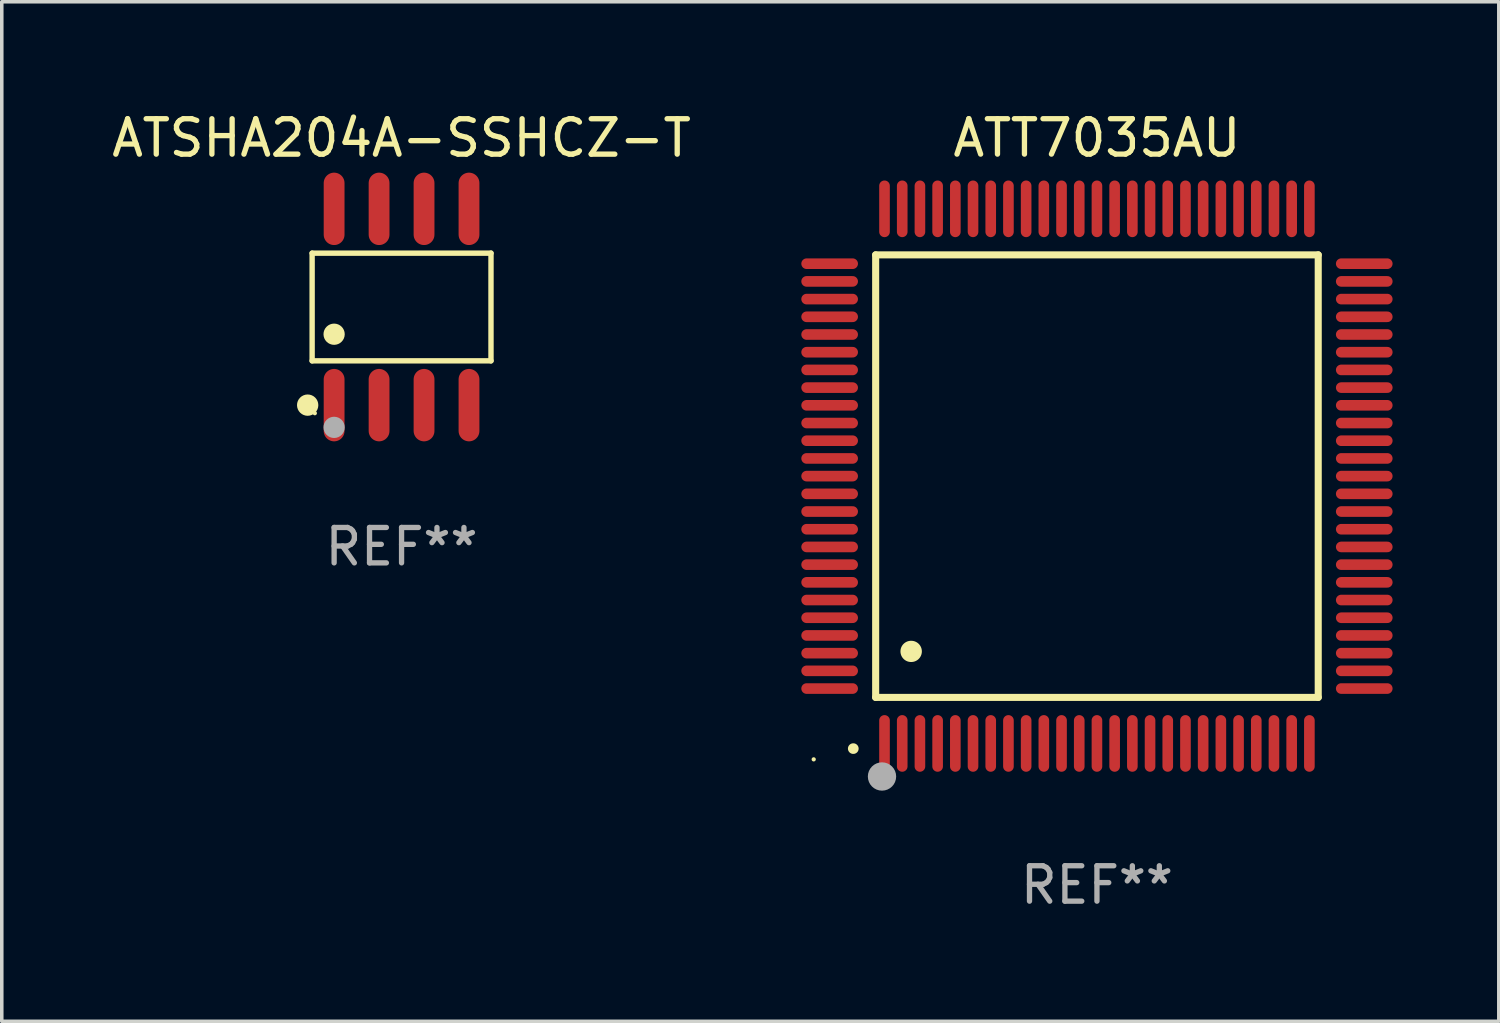
<source format=kicad_pcb>
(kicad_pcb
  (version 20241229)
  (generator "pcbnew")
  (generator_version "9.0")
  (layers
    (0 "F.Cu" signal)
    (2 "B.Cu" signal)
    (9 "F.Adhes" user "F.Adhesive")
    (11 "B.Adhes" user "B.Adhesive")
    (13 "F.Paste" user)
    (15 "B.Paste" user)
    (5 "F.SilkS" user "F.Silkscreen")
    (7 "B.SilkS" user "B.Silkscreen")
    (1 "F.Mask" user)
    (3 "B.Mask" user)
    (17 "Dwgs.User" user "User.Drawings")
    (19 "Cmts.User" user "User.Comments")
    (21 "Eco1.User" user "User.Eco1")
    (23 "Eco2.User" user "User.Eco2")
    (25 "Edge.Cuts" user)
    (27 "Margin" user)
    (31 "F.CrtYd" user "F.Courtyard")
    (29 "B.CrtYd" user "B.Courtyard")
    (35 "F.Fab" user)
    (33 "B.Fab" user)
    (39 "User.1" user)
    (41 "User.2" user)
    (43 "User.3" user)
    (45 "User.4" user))
  (footprint "ATT7035AU"
    (layer "F.Cu")
    (at 27.933 10.398)
    (property "Reference" "ATT7035AU" (at 0 -9.55 0) (layer "F.SilkS") (effects (font (size 1 1) (thickness 0.15))))
    (attr through_hole)
    (fp_line (start -6.25 -6.25) (end -6.25 6.25) (stroke (width 0.2) (type solid)) (layer "F.SilkS"))
    (fp_line (start -6.25 6.25) (end 6.25 6.25) (stroke (width 0.2) (type solid)) (layer "F.SilkS"))
    (fp_line (start 6.25 -6.25) (end -6.25 -6.25) (stroke (width 0.2) (type solid)) (layer "F.SilkS"))
    (fp_line (start 6.25 6.25) (end 6.25 -6.25) (stroke (width 0.2) (type solid)) (layer "F.SilkS"))
    (fp_arc (start -6.883414 7.696215) (mid -6.882144 7.69621) (end -6.880874 7.696215) (stroke (width 0.3) (type solid)) (layer "F.SilkS"))
    (fp_arc (start -5.250191 4.95047) (mid -5.247651 4.950459) (end -5.245111 4.95047) (stroke (width 0.6) (type solid)) (layer "F.SilkS"))
    (fp_circle (center -8 8) (end -7.97 8) (stroke (width 0.06) (type solid)) (fill no) (layer "F.SilkS"))
    (fp_circle (center -6.071 8.484) (end -5.871 8.484) (stroke (width 0.4) (type solid)) (fill no) (layer "F.Fab"))
    (fp_text user "REF**" (at 0 11.55 0) (layer "F.Fab") (effects (font (size 1 1) (thickness 0.15))))
    (pad "1" smd oval (at -6 7.55) (size 0.3 1.6) (layers "F.Cu" "F.Mask" "F.Paste"))
    (pad "2" smd oval (at -5.5 7.55) (size 0.3 1.6) (layers "F.Cu" "F.Mask" "F.Paste"))
    (pad "3" smd oval (at -5 7.55) (size 0.3 1.6) (layers "F.Cu" "F.Mask" "F.Paste"))
    (pad "4" smd oval (at -4.5 7.55) (size 0.3 1.6) (layers "F.Cu" "F.Mask" "F.Paste"))
    (pad "5" smd oval (at -4 7.55) (size 0.3 1.6) (layers "F.Cu" "F.Mask" "F.Paste"))
    (pad "6" smd oval (at -3.5 7.55) (size 0.3 1.6) (layers "F.Cu" "F.Mask" "F.Paste"))
    (pad "7" smd oval (at -3 7.55) (size 0.3 1.6) (layers "F.Cu" "F.Mask" "F.Paste"))
    (pad "8" smd oval (at -2.5 7.55) (size 0.3 1.6) (layers "F.Cu" "F.Mask" "F.Paste"))
    (pad "9" smd oval (at -2 7.55) (size 0.3 1.6) (layers "F.Cu" "F.Mask" "F.Paste"))
    (pad "10" smd oval (at -1.5 7.55) (size 0.3 1.6) (layers "F.Cu" "F.Mask" "F.Paste"))
    (pad "11" smd oval (at -1 7.55) (size 0.3 1.6) (layers "F.Cu" "F.Mask" "F.Paste"))
    (pad "12" smd oval (at -0.5 7.55) (size 0.3 1.6) (layers "F.Cu" "F.Mask" "F.Paste"))
    (pad "13" smd oval (at 0 7.55) (size 0.3 1.6) (layers "F.Cu" "F.Mask" "F.Paste"))
    (pad "14" smd oval (at 0.5 7.55) (size 0.3 1.6) (layers "F.Cu" "F.Mask" "F.Paste"))
    (pad "15" smd oval (at 1 7.55) (size 0.3 1.6) (layers "F.Cu" "F.Mask" "F.Paste"))
    (pad "16" smd oval (at 1.5 7.55) (size 0.3 1.6) (layers "F.Cu" "F.Mask" "F.Paste"))
    (pad "17" smd oval (at 2 7.55) (size 0.3 1.6) (layers "F.Cu" "F.Mask" "F.Paste"))
    (pad "18" smd oval (at 2.5 7.55) (size 0.3 1.6) (layers "F.Cu" "F.Mask" "F.Paste"))
    (pad "19" smd oval (at 3 7.55) (size 0.3 1.6) (layers "F.Cu" "F.Mask" "F.Paste"))
    (pad "20" smd oval (at 3.5 7.55) (size 0.3 1.6) (layers "F.Cu" "F.Mask" "F.Paste"))
    (pad "21" smd oval (at 4 7.55) (size 0.3 1.6) (layers "F.Cu" "F.Mask" "F.Paste"))
    (pad "22" smd oval (at 4.5 7.55) (size 0.3 1.6) (layers "F.Cu" "F.Mask" "F.Paste"))
    (pad "23" smd oval (at 5 7.55) (size 0.3 1.6) (layers "F.Cu" "F.Mask" "F.Paste"))
    (pad "24" smd oval (at 5.5 7.55) (size 0.3 1.6) (layers "F.Cu" "F.Mask" "F.Paste"))
    (pad "25" smd oval (at 6 7.55) (size 0.3 1.6) (layers "F.Cu" "F.Mask" "F.Paste"))
    (pad "26" smd oval (at 7.55 6) (size 1.6 0.3) (layers "F.Cu" "F.Mask" "F.Paste"))
    (pad "27" smd oval (at 7.55 5.5) (size 1.6 0.3) (layers "F.Cu" "F.Mask" "F.Paste"))
    (pad "28" smd oval (at 7.55 5) (size 1.6 0.3) (layers "F.Cu" "F.Mask" "F.Paste"))
    (pad "29" smd oval (at 7.55 4.5) (size 1.6 0.3) (layers "F.Cu" "F.Mask" "F.Paste"))
    (pad "30" smd oval (at 7.55 4) (size 1.6 0.3) (layers "F.Cu" "F.Mask" "F.Paste"))
    (pad "31" smd oval (at 7.55 3.5) (size 1.6 0.3) (layers "F.Cu" "F.Mask" "F.Paste"))
    (pad "32" smd oval (at 7.55 3) (size 1.6 0.3) (layers "F.Cu" "F.Mask" "F.Paste"))
    (pad "33" smd oval (at 7.55 2.5) (size 1.6 0.3) (layers "F.Cu" "F.Mask" "F.Paste"))
    (pad "34" smd oval (at 7.55 2) (size 1.6 0.3) (layers "F.Cu" "F.Mask" "F.Paste"))
    (pad "35" smd oval (at 7.55 1.5) (size 1.6 0.3) (layers "F.Cu" "F.Mask" "F.Paste"))
    (pad "36" smd oval (at 7.55 1) (size 1.6 0.3) (layers "F.Cu" "F.Mask" "F.Paste"))
    (pad "37" smd oval (at 7.55 0.5) (size 1.6 0.3) (layers "F.Cu" "F.Mask" "F.Paste"))
    (pad "38" smd oval (at 7.55 0) (size 1.6 0.3) (layers "F.Cu" "F.Mask" "F.Paste"))
    (pad "39" smd oval (at 7.55 -0.5) (size 1.6 0.3) (layers "F.Cu" "F.Mask" "F.Paste"))
    (pad "40" smd oval (at 7.55 -1) (size 1.6 0.3) (layers "F.Cu" "F.Mask" "F.Paste"))
    (pad "41" smd oval (at 7.55 -1.5) (size 1.6 0.3) (layers "F.Cu" "F.Mask" "F.Paste"))
    (pad "42" smd oval (at 7.55 -2) (size 1.6 0.3) (layers "F.Cu" "F.Mask" "F.Paste"))
    (pad "43" smd oval (at 7.55 -2.5) (size 1.6 0.3) (layers "F.Cu" "F.Mask" "F.Paste"))
    (pad "44" smd oval (at 7.55 -3) (size 1.6 0.3) (layers "F.Cu" "F.Mask" "F.Paste"))
    (pad "45" smd oval (at 7.55 -3.5) (size 1.6 0.3) (layers "F.Cu" "F.Mask" "F.Paste"))
    (pad "46" smd oval (at 7.55 -4) (size 1.6 0.3) (layers "F.Cu" "F.Mask" "F.Paste"))
    (pad "47" smd oval (at 7.55 -4.5) (size 1.6 0.3) (layers "F.Cu" "F.Mask" "F.Paste"))
    (pad "48" smd oval (at 7.55 -5) (size 1.6 0.3) (layers "F.Cu" "F.Mask" "F.Paste"))
    (pad "49" smd oval (at 7.55 -5.5) (size 1.6 0.3) (layers "F.Cu" "F.Mask" "F.Paste"))
    (pad "50" smd oval (at 7.55 -6) (size 1.6 0.3) (layers "F.Cu" "F.Mask" "F.Paste"))
    (pad "51" smd oval (at 6 -7.55) (size 0.3 1.6) (layers "F.Cu" "F.Mask" "F.Paste"))
    (pad "52" smd oval (at 5.5 -7.55) (size 0.3 1.6) (layers "F.Cu" "F.Mask" "F.Paste"))
    (pad "53" smd oval (at 5 -7.55) (size 0.3 1.6) (layers "F.Cu" "F.Mask" "F.Paste"))
    (pad "54" smd oval (at 4.5 -7.55) (size 0.3 1.6) (layers "F.Cu" "F.Mask" "F.Paste"))
    (pad "55" smd oval (at 4 -7.55) (size 0.3 1.6) (layers "F.Cu" "F.Mask" "F.Paste"))
    (pad "56" smd oval (at 3.5 -7.55) (size 0.3 1.6) (layers "F.Cu" "F.Mask" "F.Paste"))
    (pad "57" smd oval (at 3 -7.55) (size 0.3 1.6) (layers "F.Cu" "F.Mask" "F.Paste"))
    (pad "58" smd oval (at 2.5 -7.55) (size 0.3 1.6) (layers "F.Cu" "F.Mask" "F.Paste"))
    (pad "59" smd oval (at 2 -7.55) (size 0.3 1.6) (layers "F.Cu" "F.Mask" "F.Paste"))
    (pad "60" smd oval (at 1.5 -7.55) (size 0.3 1.6) (layers "F.Cu" "F.Mask" "F.Paste"))
    (pad "61" smd oval (at 1 -7.55) (size 0.3 1.6) (layers "F.Cu" "F.Mask" "F.Paste"))
    (pad "62" smd oval (at 0.5 -7.55) (size 0.3 1.6) (layers "F.Cu" "F.Mask" "F.Paste"))
    (pad "63" smd oval (at 0 -7.55) (size 0.3 1.6) (layers "F.Cu" "F.Mask" "F.Paste"))
    (pad "64" smd oval (at -0.5 -7.55) (size 0.3 1.6) (layers "F.Cu" "F.Mask" "F.Paste"))
    (pad "65" smd oval (at -1 -7.55) (size 0.3 1.6) (layers "F.Cu" "F.Mask" "F.Paste"))
    (pad "66" smd oval (at -1.5 -7.55) (size 0.3 1.6) (layers "F.Cu" "F.Mask" "F.Paste"))
    (pad "67" smd oval (at -2 -7.55) (size 0.3 1.6) (layers "F.Cu" "F.Mask" "F.Paste"))
    (pad "68" smd oval (at -2.5 -7.55) (size 0.3 1.6) (layers "F.Cu" "F.Mask" "F.Paste"))
    (pad "69" smd oval (at -3 -7.55) (size 0.3 1.6) (layers "F.Cu" "F.Mask" "F.Paste"))
    (pad "70" smd oval (at -3.5 -7.55) (size 0.3 1.6) (layers "F.Cu" "F.Mask" "F.Paste"))
    (pad "71" smd oval (at -4 -7.55) (size 0.3 1.6) (layers "F.Cu" "F.Mask" "F.Paste"))
    (pad "72" smd oval (at -4.5 -7.55) (size 0.3 1.6) (layers "F.Cu" "F.Mask" "F.Paste"))
    (pad "73" smd oval (at -5 -7.55) (size 0.3 1.6) (layers "F.Cu" "F.Mask" "F.Paste"))
    (pad "74" smd oval (at -5.5 -7.55) (size 0.3 1.6) (layers "F.Cu" "F.Mask" "F.Paste"))
    (pad "75" smd oval (at -6 -7.55) (size 0.3 1.6) (layers "F.Cu" "F.Mask" "F.Paste"))
    (pad "76" smd oval (at -7.55 -6) (size 1.6 0.3) (layers "F.Cu" "F.Mask" "F.Paste"))
    (pad "77" smd oval (at -7.55 -5.5) (size 1.6 0.3) (layers "F.Cu" "F.Mask" "F.Paste"))
    (pad "78" smd oval (at -7.55 -5) (size 1.6 0.3) (layers "F.Cu" "F.Mask" "F.Paste"))
    (pad "79" smd oval (at -7.55 -4.5) (size 1.6 0.3) (layers "F.Cu" "F.Mask" "F.Paste"))
    (pad "80" smd oval (at -7.55 -4) (size 1.6 0.3) (layers "F.Cu" "F.Mask" "F.Paste"))
    (pad "81" smd oval (at -7.55 -3.5) (size 1.6 0.3) (layers "F.Cu" "F.Mask" "F.Paste"))
    (pad "82" smd oval (at -7.55 -3) (size 1.6 0.3) (layers "F.Cu" "F.Mask" "F.Paste"))
    (pad "83" smd oval (at -7.55 -2.5) (size 1.6 0.3) (layers "F.Cu" "F.Mask" "F.Paste"))
    (pad "84" smd oval (at -7.55 -2) (size 1.6 0.3) (layers "F.Cu" "F.Mask" "F.Paste"))
    (pad "85" smd oval (at -7.55 -1.5) (size 1.6 0.3) (layers "F.Cu" "F.Mask" "F.Paste"))
    (pad "86" smd oval (at -7.55 -1) (size 1.6 0.3) (layers "F.Cu" "F.Mask" "F.Paste"))
    (pad "87" smd oval (at -7.55 -0.5) (size 1.6 0.3) (layers "F.Cu" "F.Mask" "F.Paste"))
    (pad "88" smd oval (at -7.55 0) (size 1.6 0.3) (layers "F.Cu" "F.Mask" "F.Paste"))
    (pad "89" smd oval (at -7.55 0.5) (size 1.6 0.3) (layers "F.Cu" "F.Mask" "F.Paste"))
    (pad "90" smd oval (at -7.55 1) (size 1.6 0.3) (layers "F.Cu" "F.Mask" "F.Paste"))
    (pad "91" smd oval (at -7.55 1.5) (size 1.6 0.3) (layers "F.Cu" "F.Mask" "F.Paste"))
    (pad "92" smd oval (at -7.55 2) (size 1.6 0.3) (layers "F.Cu" "F.Mask" "F.Paste"))
    (pad "93" smd oval (at -7.55 2.5) (size 1.6 0.3) (layers "F.Cu" "F.Mask" "F.Paste"))
    (pad "94" smd oval (at -7.55 3) (size 1.6 0.3) (layers "F.Cu" "F.Mask" "F.Paste"))
    (pad "95" smd oval (at -7.55 3.5) (size 1.6 0.3) (layers "F.Cu" "F.Mask" "F.Paste"))
    (pad "96" smd oval (at -7.55 4) (size 1.6 0.3) (layers "F.Cu" "F.Mask" "F.Paste"))
    (pad "97" smd oval (at -7.55 4.5) (size 1.6 0.3) (layers "F.Cu" "F.Mask" "F.Paste"))
    (pad "98" smd oval (at -7.55 5) (size 1.6 0.3) (layers "F.Cu" "F.Mask" "F.Paste"))
    (pad "99" smd oval (at -7.55 5.5) (size 1.6 0.3) (layers "F.Cu" "F.Mask" "F.Paste"))
    (pad "100" smd oval (at -7.55 6) (size 1.6 0.3) (layers "F.Cu" "F.Mask" "F.Paste")))
  (footprint "ATSHA204A-SSHCZ-T"
    (layer "F.Cu")
    (at 8.292 5.621)
    (property "Reference" "ATSHA204A-SSHCZ-T" (at 0 -4.772 0) (layer "F.SilkS") (effects (font (size 1 1) (thickness 0.15))))
    (attr through_hole)
    (fp_line (start -2.526 -1.521) (end 2.526 -1.521) (stroke (width 0.152) (type solid)) (layer "F.SilkS"))
    (fp_line (start -2.526 1.521) (end -2.526 -1.521) (stroke (width 0.152) (type solid)) (layer "F.SilkS"))
    (fp_line (start 2.526 -1.521) (end 2.526 1.521) (stroke (width 0.152) (type solid)) (layer "F.SilkS"))
    (fp_line (start 2.526 1.521) (end -2.526 1.521) (stroke (width 0.152) (type solid)) (layer "F.SilkS"))
    (fp_circle (center -2.652 2.772) (end -2.501 2.772) (stroke (width 0.3) (type solid)) (fill no) (layer "F.SilkS"))
    (fp_circle (center -2.45 3) (end -2.42 3) (stroke (width 0.06) (type solid)) (fill no) (layer "F.SilkS"))
    (fp_circle (center -1.905 0.769) (end -1.755 0.769) (stroke (width 0.3) (type solid)) (fill no) (layer "F.SilkS"))
    (fp_circle (center -1.905 3.4) (end -1.755 3.4) (stroke (width 0.3) (type solid)) (fill no) (layer "F.Fab"))
    (fp_text user "REF**" (at 0 6.772 0) (layer "F.Fab") (effects (font (size 1 1) (thickness 0.15))))
    (pad "1" smd oval (at -1.905 2.772) (size 0.588 2.045) (layers "F.Cu" "F.Mask" "F.Paste"))
    (pad "2" smd oval (at -0.635 2.772) (size 0.588 2.045) (layers "F.Cu" "F.Mask" "F.Paste"))
    (pad "3" smd oval (at 0.635 2.772) (size 0.588 2.045) (layers "F.Cu" "F.Mask" "F.Paste"))
    (pad "4" smd oval (at 1.905 2.772) (size 0.588 2.045) (layers "F.Cu" "F.Mask" "F.Paste"))
    (pad "5" smd oval (at 1.905 -2.772) (size 0.588 2.045) (layers "F.Cu" "F.Mask" "F.Paste"))
    (pad "6" smd oval (at 0.635 -2.772) (size 0.588 2.045) (layers "F.Cu" "F.Mask" "F.Paste"))
    (pad "7" smd oval (at -0.635 -2.772) (size 0.588 2.045) (layers "F.Cu" "F.Mask" "F.Paste"))
    (pad "8" smd oval (at -1.905 -2.772) (size 0.588 2.045) (layers "F.Cu" "F.Mask" "F.Paste")))
  (gr_rect
    (start -3 -3)
    (end 39.283 25.796)
    (stroke (width 0.1) (type default))
    (fill no)
    (layer "Edge.Cuts")))
</source>
